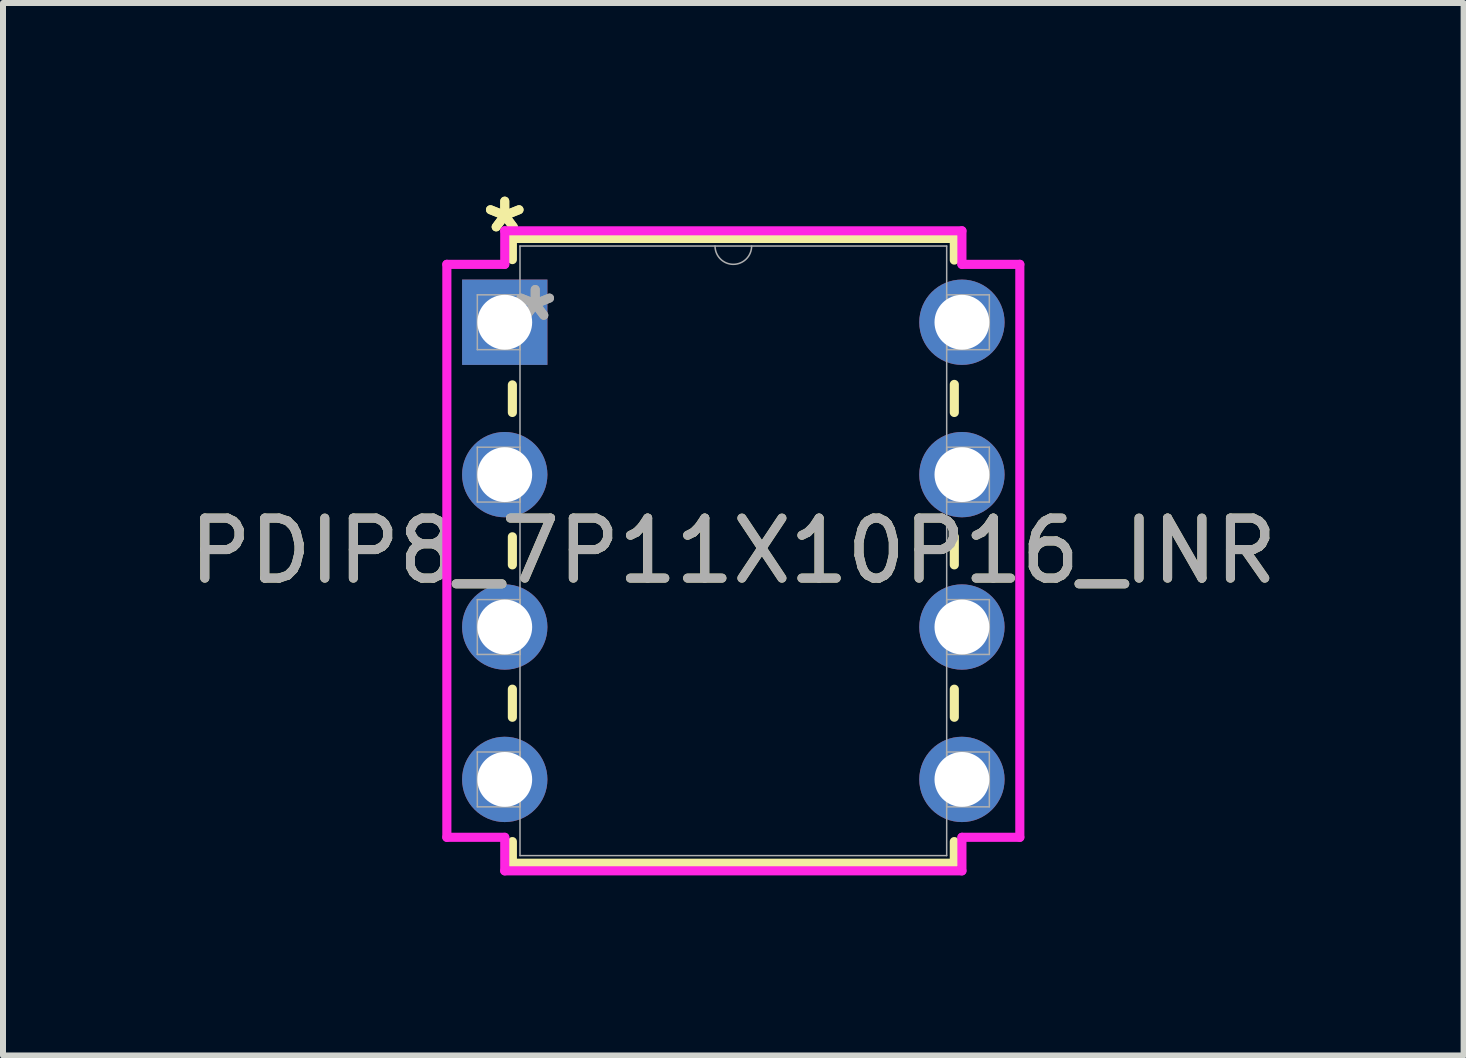
<source format=kicad_pcb>
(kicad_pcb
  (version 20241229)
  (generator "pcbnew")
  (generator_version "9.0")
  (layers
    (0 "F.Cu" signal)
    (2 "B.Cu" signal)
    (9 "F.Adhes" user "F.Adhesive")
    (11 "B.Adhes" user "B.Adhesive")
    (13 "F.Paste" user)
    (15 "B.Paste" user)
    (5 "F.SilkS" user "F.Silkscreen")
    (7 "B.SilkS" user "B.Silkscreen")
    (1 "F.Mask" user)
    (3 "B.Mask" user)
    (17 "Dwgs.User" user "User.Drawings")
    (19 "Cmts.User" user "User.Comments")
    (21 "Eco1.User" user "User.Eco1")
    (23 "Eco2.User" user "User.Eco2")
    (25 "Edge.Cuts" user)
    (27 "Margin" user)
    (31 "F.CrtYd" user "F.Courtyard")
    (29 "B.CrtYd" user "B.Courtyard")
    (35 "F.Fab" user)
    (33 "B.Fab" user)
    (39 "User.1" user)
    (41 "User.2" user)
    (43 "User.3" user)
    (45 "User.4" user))
  (footprint "PDIP8_7P11X10P16_INR"
    (layer "F.Cu")
    (at 5.363 2.321)
    (property "Reference" "PDIP8_7P11X10P16_INR" (at 3.81 3.81 0) (unlocked yes) (layer "F.SilkS") (effects (font (size 1 1) (thickness 0.15))))
    (attr through_hole)
    (fp_line (start 0.127 -1.397) (end 0.127 -1.044) (stroke (width 0.152) (type solid)) (layer "F.SilkS"))
    (fp_line (start 0.127 1.044) (end 0.127 1.504) (stroke (width 0.152) (type solid)) (layer "F.SilkS"))
    (fp_line (start 0.127 3.576) (end 0.127 4.044) (stroke (width 0.152) (type solid)) (layer "F.SilkS"))
    (fp_line (start 0.127 6.116) (end 0.127 6.584) (stroke (width 0.152) (type solid)) (layer "F.SilkS"))
    (fp_line (start 0.127 8.656) (end 0.127 9.017) (stroke (width 0.152) (type solid)) (layer "F.SilkS"))
    (fp_line (start 0.127 9.017) (end 7.493 9.017) (stroke (width 0.152) (type solid)) (layer "F.SilkS"))
    (fp_line (start 7.493 -1.397) (end 0.127 -1.397) (stroke (width 0.152) (type solid)) (layer "F.SilkS"))
    (fp_line (start 7.493 -1.036) (end 7.493 -1.397) (stroke (width 0.152) (type solid)) (layer "F.SilkS"))
    (fp_line (start 7.493 1.504) (end 7.493 1.036) (stroke (width 0.152) (type solid)) (layer "F.SilkS"))
    (fp_line (start 7.493 4.044) (end 7.493 3.576) (stroke (width 0.152) (type solid)) (layer "F.SilkS"))
    (fp_line (start 7.493 6.584) (end 7.493 6.116) (stroke (width 0.152) (type solid)) (layer "F.SilkS"))
    (fp_line (start 7.493 9.017) (end 7.493 8.656) (stroke (width 0.152) (type solid)) (layer "F.SilkS"))
    (fp_line (start -0.965 -0.965) (end 0 -0.965) (stroke (width 0.152) (type solid)) (layer "F.CrtYd"))
    (fp_line (start -0.965 8.585) (end -0.965 -0.965) (stroke (width 0.152) (type solid)) (layer "F.CrtYd"))
    (fp_line (start 0 -1.524) (end 7.62 -1.524) (stroke (width 0.152) (type solid)) (layer "F.CrtYd"))
    (fp_line (start 0 -0.965) (end 0 -1.524) (stroke (width 0.152) (type solid)) (layer "F.CrtYd"))
    (fp_line (start 0 8.585) (end -0.965 8.585) (stroke (width 0.152) (type solid)) (layer "F.CrtYd"))
    (fp_line (start 0 9.144) (end 0 8.585) (stroke (width 0.152) (type solid)) (layer "F.CrtYd"))
    (fp_line (start 7.62 -1.524) (end 7.62 -0.965) (stroke (width 0.152) (type solid)) (layer "F.CrtYd"))
    (fp_line (start 7.62 8.585) (end 7.62 9.144) (stroke (width 0.152) (type solid)) (layer "F.CrtYd"))
    (fp_line (start 7.62 9.144) (end 0 9.144) (stroke (width 0.152) (type solid)) (layer "F.CrtYd"))
    (fp_line (start 8.585 -0.965) (end 7.62 -0.965) (stroke (width 0.152) (type solid)) (layer "F.CrtYd"))
    (fp_line (start 8.585 -0.965) (end 8.585 8.585) (stroke (width 0.152) (type solid)) (layer "F.CrtYd"))
    (fp_line (start 8.585 8.585) (end 7.62 8.585) (stroke (width 0.152) (type solid)) (layer "F.CrtYd"))
    (fp_line (start -0.457 -0.457) (end -0.457 0.457) (stroke (width 0.025) (type solid)) (layer "F.Fab"))
    (fp_line (start -0.457 0.457) (end 0.254 0.457) (stroke (width 0.025) (type solid)) (layer "F.Fab"))
    (fp_line (start -0.457 2.083) (end -0.457 2.997) (stroke (width 0.025) (type solid)) (layer "F.Fab"))
    (fp_line (start -0.457 2.997) (end 0.254 2.997) (stroke (width 0.025) (type solid)) (layer "F.Fab"))
    (fp_line (start -0.457 4.623) (end -0.457 5.537) (stroke (width 0.025) (type solid)) (layer "F.Fab"))
    (fp_line (start -0.457 5.537) (end 0.254 5.537) (stroke (width 0.025) (type solid)) (layer "F.Fab"))
    (fp_line (start -0.457 7.163) (end -0.457 8.077) (stroke (width 0.025) (type solid)) (layer "F.Fab"))
    (fp_line (start -0.457 8.077) (end 0.254 8.077) (stroke (width 0.025) (type solid)) (layer "F.Fab"))
    (fp_line (start 0.254 -1.27) (end 0.254 8.89) (stroke (width 0.025) (type solid)) (layer "F.Fab"))
    (fp_line (start 0.254 -0.457) (end -0.457 -0.457) (stroke (width 0.025) (type solid)) (layer "F.Fab"))
    (fp_line (start 0.254 0.457) (end 0.254 -0.457) (stroke (width 0.025) (type solid)) (layer "F.Fab"))
    (fp_line (start 0.254 2.083) (end -0.457 2.083) (stroke (width 0.025) (type solid)) (layer "F.Fab"))
    (fp_line (start 0.254 2.997) (end 0.254 2.083) (stroke (width 0.025) (type solid)) (layer "F.Fab"))
    (fp_line (start 0.254 4.623) (end -0.457 4.623) (stroke (width 0.025) (type solid)) (layer "F.Fab"))
    (fp_line (start 0.254 5.537) (end 0.254 4.623) (stroke (width 0.025) (type solid)) (layer "F.Fab"))
    (fp_line (start 0.254 7.163) (end -0.457 7.163) (stroke (width 0.025) (type solid)) (layer "F.Fab"))
    (fp_line (start 0.254 8.077) (end 0.254 7.163) (stroke (width 0.025) (type solid)) (layer "F.Fab"))
    (fp_line (start 0.254 8.89) (end 7.366 8.89) (stroke (width 0.025) (type solid)) (layer "F.Fab"))
    (fp_line (start 7.366 -1.27) (end 0.254 -1.27) (stroke (width 0.025) (type solid)) (layer "F.Fab"))
    (fp_line (start 7.366 -0.457) (end 7.366 0.457) (stroke (width 0.025) (type solid)) (layer "F.Fab"))
    (fp_line (start 7.366 0.457) (end 8.077 0.457) (stroke (width 0.025) (type solid)) (layer "F.Fab"))
    (fp_line (start 7.366 2.083) (end 7.366 2.997) (stroke (width 0.025) (type solid)) (layer "F.Fab"))
    (fp_line (start 7.366 2.997) (end 8.077 2.997) (stroke (width 0.025) (type solid)) (layer "F.Fab"))
    (fp_line (start 7.366 4.623) (end 7.366 5.537) (stroke (width 0.025) (type solid)) (layer "F.Fab"))
    (fp_line (start 7.366 5.537) (end 8.077 5.537) (stroke (width 0.025) (type solid)) (layer "F.Fab"))
    (fp_line (start 7.366 7.163) (end 7.366 8.077) (stroke (width 0.025) (type solid)) (layer "F.Fab"))
    (fp_line (start 7.366 8.077) (end 8.077 8.077) (stroke (width 0.025) (type solid)) (layer "F.Fab"))
    (fp_line (start 7.366 8.89) (end 7.366 -1.27) (stroke (width 0.025) (type solid)) (layer "F.Fab"))
    (fp_line (start 8.077 -0.457) (end 7.366 -0.457) (stroke (width 0.025) (type solid)) (layer "F.Fab"))
    (fp_line (start 8.077 0.457) (end 8.077 -0.457) (stroke (width 0.025) (type solid)) (layer "F.Fab"))
    (fp_line (start 8.077 2.083) (end 7.366 2.083) (stroke (width 0.025) (type solid)) (layer "F.Fab"))
    (fp_line (start 8.077 2.997) (end 8.077 2.083) (stroke (width 0.025) (type solid)) (layer "F.Fab"))
    (fp_line (start 8.077 4.623) (end 7.366 4.623) (stroke (width 0.025) (type solid)) (layer "F.Fab"))
    (fp_line (start 8.077 5.537) (end 8.077 4.623) (stroke (width 0.025) (type solid)) (layer "F.Fab"))
    (fp_line (start 8.077 7.163) (end 7.366 7.163) (stroke (width 0.025) (type solid)) (layer "F.Fab"))
    (fp_line (start 8.077 8.077) (end 8.077 7.163) (stroke (width 0.025) (type solid)) (layer "F.Fab"))
    (fp_arc (start 4.1148 -1.27) (mid 3.81 -0.9652) (end 3.5052 -1.27) (stroke (width 0.0254) (type solid)) (layer "F.Fab"))
    (fp_text user "*" (at 0 -1.473 0) (layer "F.SilkS") (effects (font (size 1 1) (thickness 0.15))))
    (fp_text user "*" (at 0 -1.473 0) (unlocked yes) (layer "F.SilkS") (effects (font (size 1 1) (thickness 0.15))))
    (fp_text user "*" (at 0.508 0 0) (unlocked yes) (layer "F.Fab") (effects (font (size 1 1) (thickness 0.15))))
    (fp_text user "${REFERENCE}" (at 3.81 3.81 0) (unlocked yes) (layer "F.Fab") (effects (font (size 1 1) (thickness 0.15))))
    (fp_text user "*" (at 0.508 0 0) (layer "F.Fab") (effects (font (size 1 1) (thickness 0.15))))
    (pad "1" thru_hole rect (at 0 0) (size 1.422 1.422) (drill 0.914) (layers "*.Cu" "*.Mask"))
    (pad "2" thru_hole circle (at 0 2.54) (size 1.422 1.422) (drill 0.914) (layers "*.Cu" "*.Mask"))
    (pad "3" thru_hole circle (at 0 5.08) (size 1.422 1.422) (drill 0.914) (layers "*.Cu" "*.Mask"))
    (pad "4" thru_hole circle (at 0 7.62) (size 1.422 1.422) (drill 0.914) (layers "*.Cu" "*.Mask"))
    (pad "5" thru_hole circle (at 7.62 7.62) (size 1.422 1.422) (drill 0.914) (layers "*.Cu" "*.Mask"))
    (pad "6" thru_hole circle (at 7.62 5.08) (size 1.422 1.422) (drill 0.914) (layers "*.Cu" "*.Mask"))
    (pad "7" thru_hole circle (at 7.62 2.54) (size 1.422 1.422) (drill 0.914) (layers "*.Cu" "*.Mask"))
    (pad "8" thru_hole circle (at 7.62 0) (size 1.422 1.422) (drill 0.914) (layers "*.Cu" "*.Mask")))
  (gr_rect
    (start -3 -3)
    (end 21.345 14.542)
    (stroke (width 0.1) (type default))
    (fill no)
    (layer "Edge.Cuts")))
</source>
